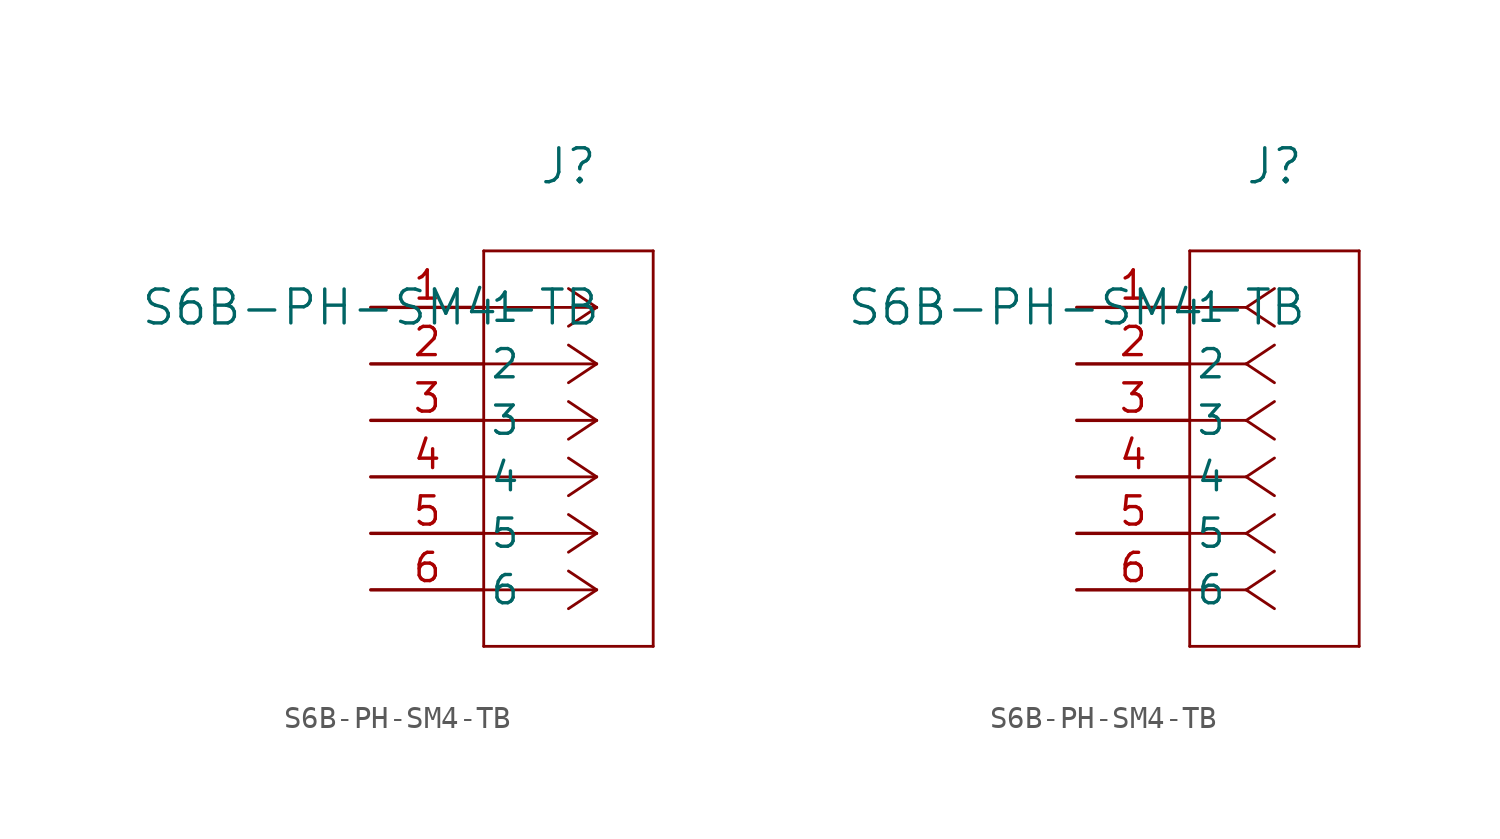
<source format=kicad_sym>
(kicad_symbol_lib
  (version 20211014)
  (generator kicad_symbol_editor)
  (symbol "S6B-PH-SM4-TB"
    (pin_names
      (offset 0.254))
    (property "Reference" "J"
      (at 8.89 6.35 0)
      (effects (font (size 1.524 1.524))))
    (property "Value" "S6B-PH-SM4-TB"
      (at 0 0 0)
      (effects (font (size 1.524 1.524))))
    (symbol "S6B-PH-SM4-TB_1_1"
      (polyline (pts (xy 10.16 0) (xy 5.08 0)) (stroke (width 0.127) (type default) (color 0 0 0 0)) (fill (type none)))
      (polyline (pts (xy 10.16 -2.54) (xy 5.08 -2.54)) (stroke (width 0.127) (type default) (color 0 0 0 0)) (fill (type none)))
      (polyline (pts (xy 10.16 -5.08) (xy 5.08 -5.08)) (stroke (width 0.127) (type default) (color 0 0 0 0)) (fill (type none)))
      (polyline (pts (xy 10.16 -7.62) (xy 5.08 -7.62)) (stroke (width 0.127) (type default) (color 0 0 0 0)) (fill (type none)))
      (polyline (pts (xy 10.16 -10.16) (xy 5.08 -10.16)) (stroke (width 0.127) (type default) (color 0 0 0 0)) (fill (type none)))
      (polyline (pts (xy 10.16 -12.7) (xy 5.08 -12.7)) (stroke (width 0.127) (type default) (color 0 0 0 0)) (fill (type none)))
      (polyline (pts (xy 10.16 0) (xy 8.89 0.847)) (stroke (width 0.127) (type default) (color 0 0 0 0)) (fill (type none)))
      (polyline (pts (xy 10.16 -2.54) (xy 8.89 -1.693)) (stroke (width 0.127) (type default) (color 0 0 0 0)) (fill (type none)))
      (polyline (pts (xy 10.16 -5.08) (xy 8.89 -4.233)) (stroke (width 0.127) (type default) (color 0 0 0 0)) (fill (type none)))
      (polyline (pts (xy 10.16 -7.62) (xy 8.89 -6.773)) (stroke (width 0.127) (type default) (color 0 0 0 0)) (fill (type none)))
      (polyline (pts (xy 10.16 -10.16) (xy 8.89 -9.313)) (stroke (width 0.127) (type default) (color 0 0 0 0)) (fill (type none)))
      (polyline (pts (xy 10.16 -12.7) (xy 8.89 -11.853)) (stroke (width 0.127) (type default) (color 0 0 0 0)) (fill (type none)))
      (polyline (pts (xy 10.16 0) (xy 8.89 -0.847)) (stroke (width 0.127) (type default) (color 0 0 0 0)) (fill (type none)))
      (polyline (pts (xy 10.16 -2.54) (xy 8.89 -3.387)) (stroke (width 0.127) (type default) (color 0 0 0 0)) (fill (type none)))
      (polyline (pts (xy 10.16 -5.08) (xy 8.89 -5.927)) (stroke (width 0.127) (type default) (color 0 0 0 0)) (fill (type none)))
      (polyline (pts (xy 10.16 -7.62) (xy 8.89 -8.467)) (stroke (width 0.127) (type default) (color 0 0 0 0)) (fill (type none)))
      (polyline (pts (xy 10.16 -10.16) (xy 8.89 -11.007)) (stroke (width 0.127) (type default) (color 0 0 0 0)) (fill (type none)))
      (polyline (pts (xy 10.16 -12.7) (xy 8.89 -13.547)) (stroke (width 0.127) (type default) (color 0 0 0 0)) (fill (type none)))
      (polyline (pts (xy 5.08 2.54) (xy 5.08 -15.24)) (stroke (width 0.127) (type default) (color 0 0 0 0)) (fill (type none)))
      (polyline (pts (xy 5.08 -15.24) (xy 12.7 -15.24)) (stroke (width 0.127) (type default) (color 0 0 0 0)) (fill (type none)))
      (polyline (pts (xy 12.7 -15.24) (xy 12.7 2.54)) (stroke (width 0.127) (type default) (color 0 0 0 0)) (fill (type none)))
      (polyline (pts (xy 12.7 2.54) (xy 5.08 2.54)) (stroke (width 0.127) (type default) (color 0 0 0 0)) (fill (type none)))
      (pin unspecified line (at 0 0 0) (length 5.08) (name "1" (effects (font (size 1.27 1.27)))) (number "1" (effects (font (size 1.27 1.27)))))
      (pin unspecified line (at 0 -2.54 0) (length 5.08) (name "2" (effects (font (size 1.27 1.27)))) (number "2" (effects (font (size 1.27 1.27)))))
      (pin unspecified line (at 0 -5.08 0) (length 5.08) (name "3" (effects (font (size 1.27 1.27)))) (number "3" (effects (font (size 1.27 1.27)))))
      (pin unspecified line (at 0 -7.62 0) (length 5.08) (name "4" (effects (font (size 1.27 1.27)))) (number "4" (effects (font (size 1.27 1.27)))))
      (pin unspecified line (at 0 -10.16 0) (length 5.08) (name "5" (effects (font (size 1.27 1.27)))) (number "5" (effects (font (size 1.27 1.27)))))
      (pin unspecified line (at 0 -12.7 0) (length 5.08) (name "6" (effects (font (size 1.27 1.27)))) (number "6" (effects (font (size 1.27 1.27))))))
    (symbol "S6B-PH-SM4-TB_1_2"
      (polyline (pts (xy 7.62 0) (xy 5.08 0)) (stroke (width 0.127) (type default) (color 0 0 0 0)) (fill (type none)))
      (polyline (pts (xy 7.62 -2.54) (xy 5.08 -2.54)) (stroke (width 0.127) (type default) (color 0 0 0 0)) (fill (type none)))
      (polyline (pts (xy 7.62 -5.08) (xy 5.08 -5.08)) (stroke (width 0.127) (type default) (color 0 0 0 0)) (fill (type none)))
      (polyline (pts (xy 7.62 -7.62) (xy 5.08 -7.62)) (stroke (width 0.127) (type default) (color 0 0 0 0)) (fill (type none)))
      (polyline (pts (xy 7.62 -10.16) (xy 5.08 -10.16)) (stroke (width 0.127) (type default) (color 0 0 0 0)) (fill (type none)))
      (polyline (pts (xy 7.62 -12.7) (xy 5.08 -12.7)) (stroke (width 0.127) (type default) (color 0 0 0 0)) (fill (type none)))
      (polyline (pts (xy 7.62 0) (xy 8.89 0.847)) (stroke (width 0.127) (type default) (color 0 0 0 0)) (fill (type none)))
      (polyline (pts (xy 7.62 -2.54) (xy 8.89 -1.693)) (stroke (width 0.127) (type default) (color 0 0 0 0)) (fill (type none)))
      (polyline (pts (xy 7.62 -5.08) (xy 8.89 -4.233)) (stroke (width 0.127) (type default) (color 0 0 0 0)) (fill (type none)))
      (polyline (pts (xy 7.62 -7.62) (xy 8.89 -6.773)) (stroke (width 0.127) (type default) (color 0 0 0 0)) (fill (type none)))
      (polyline (pts (xy 7.62 -10.16) (xy 8.89 -9.313)) (stroke (width 0.127) (type default) (color 0 0 0 0)) (fill (type none)))
      (polyline (pts (xy 7.62 -12.7) (xy 8.89 -11.853)) (stroke (width 0.127) (type default) (color 0 0 0 0)) (fill (type none)))
      (polyline (pts (xy 7.62 0) (xy 8.89 -0.847)) (stroke (width 0.127) (type default) (color 0 0 0 0)) (fill (type none)))
      (polyline (pts (xy 7.62 -2.54) (xy 8.89 -3.387)) (stroke (width 0.127) (type default) (color 0 0 0 0)) (fill (type none)))
      (polyline (pts (xy 7.62 -5.08) (xy 8.89 -5.927)) (stroke (width 0.127) (type default) (color 0 0 0 0)) (fill (type none)))
      (polyline (pts (xy 7.62 -7.62) (xy 8.89 -8.467)) (stroke (width 0.127) (type default) (color 0 0 0 0)) (fill (type none)))
      (polyline (pts (xy 7.62 -10.16) (xy 8.89 -11.007)) (stroke (width 0.127) (type default) (color 0 0 0 0)) (fill (type none)))
      (polyline (pts (xy 7.62 -12.7) (xy 8.89 -13.547)) (stroke (width 0.127) (type default) (color 0 0 0 0)) (fill (type none)))
      (polyline (pts (xy 5.08 2.54) (xy 5.08 -15.24)) (stroke (width 0.127) (type default) (color 0 0 0 0)) (fill (type none)))
      (polyline (pts (xy 5.08 -15.24) (xy 12.7 -15.24)) (stroke (width 0.127) (type default) (color 0 0 0 0)) (fill (type none)))
      (polyline (pts (xy 12.7 -15.24) (xy 12.7 2.54)) (stroke (width 0.127) (type default) (color 0 0 0 0)) (fill (type none)))
      (polyline (pts (xy 12.7 2.54) (xy 5.08 2.54)) (stroke (width 0.127) (type default) (color 0 0 0 0)) (fill (type none)))
      (pin unspecified line (at 0 0 0) (length 5.08) (name "1" (effects (font (size 1.27 1.27)))) (number "1" (effects (font (size 1.27 1.27)))))
      (pin unspecified line (at 0 -2.54 0) (length 5.08) (name "2" (effects (font (size 1.27 1.27)))) (number "2" (effects (font (size 1.27 1.27)))))
      (pin unspecified line (at 0 -5.08 0) (length 5.08) (name "3" (effects (font (size 1.27 1.27)))) (number "3" (effects (font (size 1.27 1.27)))))
      (pin unspecified line (at 0 -7.62 0) (length 5.08) (name "4" (effects (font (size 1.27 1.27)))) (number "4" (effects (font (size 1.27 1.27)))))
      (pin unspecified line (at 0 -10.16 0) (length 5.08) (name "5" (effects (font (size 1.27 1.27)))) (number "5" (effects (font (size 1.27 1.27)))))
      (pin unspecified line (at 0 -12.7 0) (length 5.08) (name "6" (effects (font (size 1.27 1.27)))) (number "6" (effects (font (size 1.27 1.27))))))))
</source>
